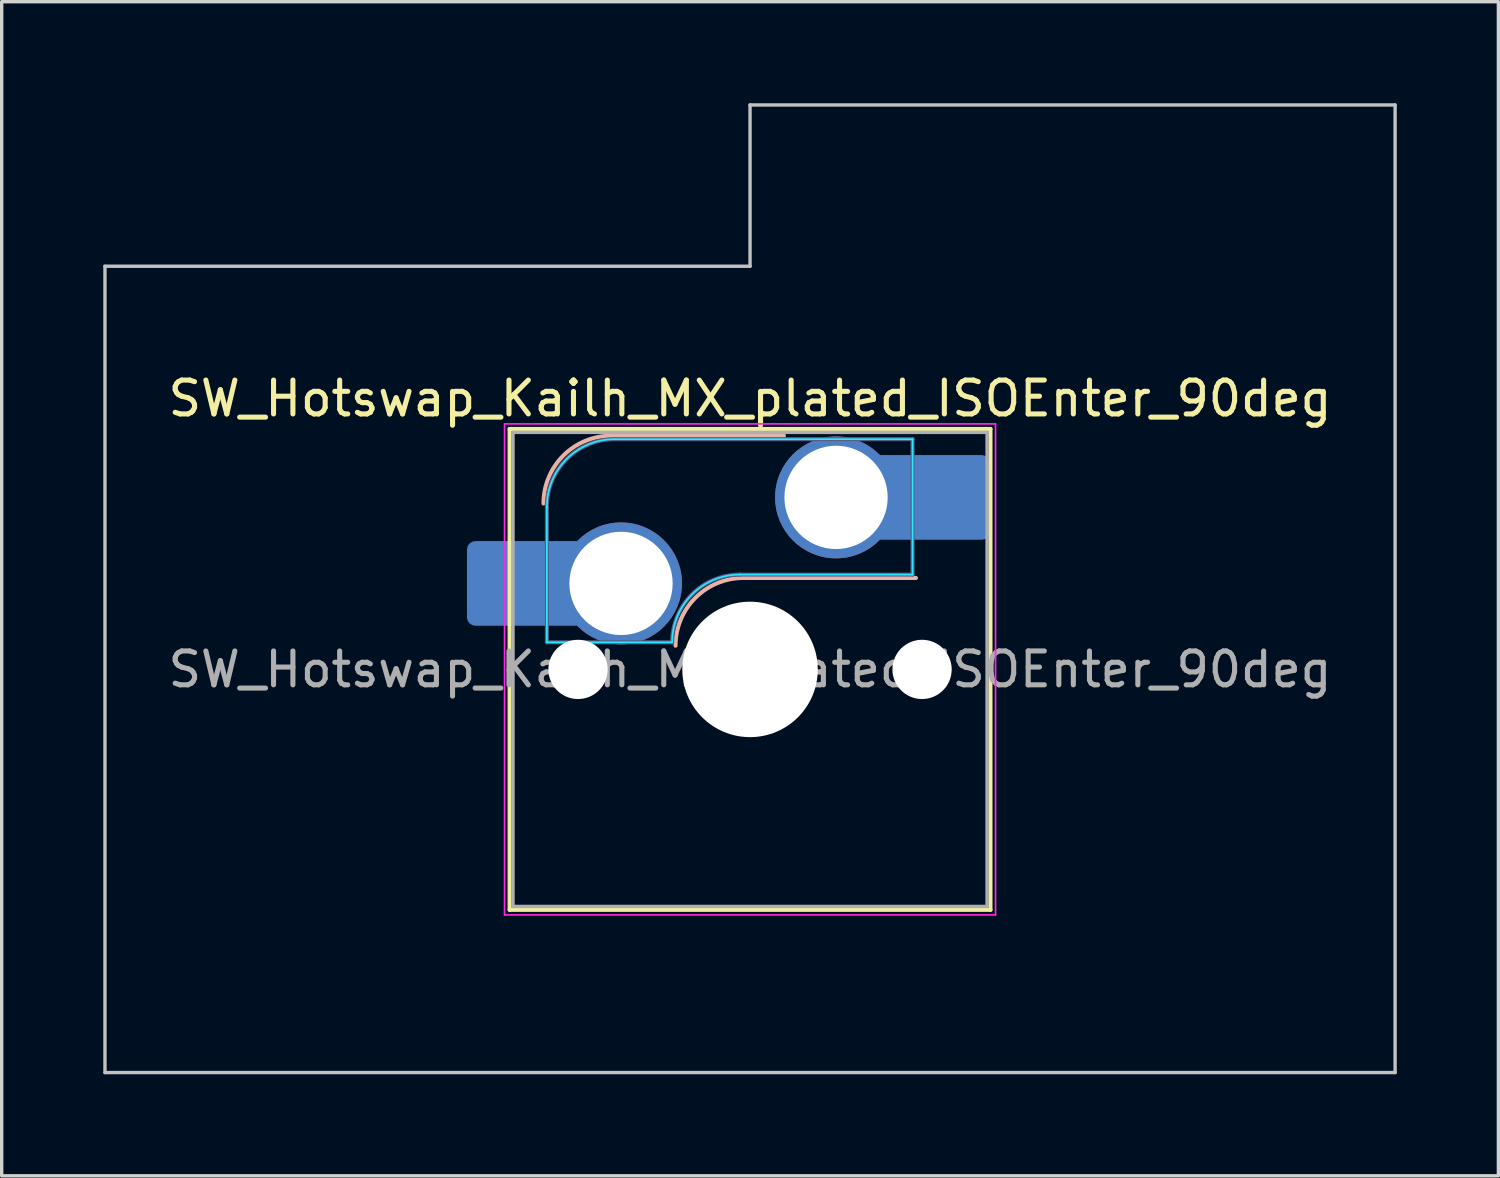
<source format=kicad_pcb>
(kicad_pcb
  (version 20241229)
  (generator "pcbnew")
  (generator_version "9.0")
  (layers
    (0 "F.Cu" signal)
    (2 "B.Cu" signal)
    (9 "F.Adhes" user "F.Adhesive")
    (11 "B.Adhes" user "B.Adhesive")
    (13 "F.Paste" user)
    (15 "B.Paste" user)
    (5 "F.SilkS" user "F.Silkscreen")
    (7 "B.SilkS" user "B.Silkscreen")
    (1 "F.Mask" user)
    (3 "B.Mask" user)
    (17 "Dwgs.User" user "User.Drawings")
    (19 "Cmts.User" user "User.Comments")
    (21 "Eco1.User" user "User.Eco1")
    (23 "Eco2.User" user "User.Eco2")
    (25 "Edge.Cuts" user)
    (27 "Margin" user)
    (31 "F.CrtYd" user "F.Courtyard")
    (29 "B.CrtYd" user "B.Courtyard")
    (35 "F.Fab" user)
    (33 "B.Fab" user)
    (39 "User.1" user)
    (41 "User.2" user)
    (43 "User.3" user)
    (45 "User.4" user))
  (footprint "SW_Hotswap_Kailh_MX_plated_ISOEnter_90deg"
    (layer "F.Cu")
    (at 19.1 16.719)
    (property "Reference" "SW_Hotswap_Kailh_MX_plated_ISOEnter_90deg" (at 0 -8 0) (layer "F.SilkS") (effects (font (size 1 1) (thickness 0.15))))
    (attr smd)
    (fp_line (start -7.1 -7.1) (end -7.1 7.1) (stroke (width 0.12) (type solid)) (layer "F.SilkS"))
    (fp_line (start -7.1 7.1) (end 7.1 7.1) (stroke (width 0.12) (type solid)) (layer "F.SilkS"))
    (fp_line (start 7.1 -7.1) (end -7.1 -7.1) (stroke (width 0.12) (type solid)) (layer "F.SilkS"))
    (fp_line (start 7.1 7.1) (end 7.1 -7.1) (stroke (width 0.12) (type solid)) (layer "F.SilkS"))
    (fp_line (start -4.1 -6.9) (end 1 -6.9) (stroke (width 0.12) (type solid)) (layer "B.SilkS"))
    (fp_line (start -0.2 -2.7) (end 4.9 -2.7) (stroke (width 0.12) (type solid)) (layer "B.SilkS"))
    (fp_arc (start -6.1 -4.9) (mid -5.514214 -6.314214) (end -4.1 -6.9) (stroke (width 0.12) (type solid)) (layer "B.SilkS"))
    (fp_arc (start -2.2 -0.7) (mid -1.614214 -2.114214) (end -0.2 -2.7) (stroke (width 0.12) (type solid)) (layer "B.SilkS"))
    (fp_line (start -19.05 -11.906) (end -19.05 11.906) (stroke (width 0.1) (type solid)) (layer "Dwgs.User"))
    (fp_line (start -19.05 11.906) (end 19.05 11.906) (stroke (width 0.1) (type solid)) (layer "Dwgs.User"))
    (fp_line (start 0 -16.669) (end 0 -11.906) (stroke (width 0.1) (type solid)) (layer "Dwgs.User"))
    (fp_line (start 0 -11.906) (end -19.05 -11.906) (stroke (width 0.1) (type solid)) (layer "Dwgs.User"))
    (fp_line (start 19.05 -16.669) (end 0 -16.669) (stroke (width 0.1) (type solid)) (layer "Dwgs.User"))
    (fp_line (start 19.05 11.906) (end 19.05 -16.669) (stroke (width 0.1) (type solid)) (layer "Dwgs.User"))
    (fp_line (start -7.8 -6) (end -7 -6) (stroke (width 0.1) (type solid)) (layer "Eco1.User"))
    (fp_line (start -7.8 -2.9) (end -7.8 -6) (stroke (width 0.1) (type solid)) (layer "Eco1.User"))
    (fp_line (start -7.8 2.9) (end -7 2.9) (stroke (width 0.1) (type solid)) (layer "Eco1.User"))
    (fp_line (start -7.8 6) (end -7.8 2.9) (stroke (width 0.1) (type solid)) (layer "Eco1.User"))
    (fp_line (start -7 -7) (end 7 -7) (stroke (width 0.1) (type solid)) (layer "Eco1.User"))
    (fp_line (start -7 -6) (end -7 -7) (stroke (width 0.1) (type solid)) (layer "Eco1.User"))
    (fp_line (start -7 -2.9) (end -7.8 -2.9) (stroke (width 0.1) (type solid)) (layer "Eco1.User"))
    (fp_line (start -7 2.9) (end -7 -2.9) (stroke (width 0.1) (type solid)) (layer "Eco1.User"))
    (fp_line (start -7 6) (end -7.8 6) (stroke (width 0.1) (type solid)) (layer "Eco1.User"))
    (fp_line (start -7 7) (end -7 6) (stroke (width 0.1) (type solid)) (layer "Eco1.User"))
    (fp_line (start 7 -7) (end 7 -6) (stroke (width 0.1) (type solid)) (layer "Eco1.User"))
    (fp_line (start 7 -6) (end 7.8 -6) (stroke (width 0.1) (type solid)) (layer "Eco1.User"))
    (fp_line (start 7 -2.9) (end 7 2.9) (stroke (width 0.1) (type solid)) (layer "Eco1.User"))
    (fp_line (start 7 2.9) (end 7.8 2.9) (stroke (width 0.1) (type solid)) (layer "Eco1.User"))
    (fp_line (start 7 6) (end 7 7) (stroke (width 0.1) (type solid)) (layer "Eco1.User"))
    (fp_line (start 7 7) (end -7 7) (stroke (width 0.1) (type solid)) (layer "Eco1.User"))
    (fp_line (start 7.8 -6) (end 7.8 -2.9) (stroke (width 0.1) (type solid)) (layer "Eco1.User"))
    (fp_line (start 7.8 -2.9) (end 7 -2.9) (stroke (width 0.1) (type solid)) (layer "Eco1.User"))
    (fp_line (start 7.8 2.9) (end 7.8 6) (stroke (width 0.1) (type solid)) (layer "Eco1.User"))
    (fp_line (start 7.8 6) (end 7 6) (stroke (width 0.1) (type solid)) (layer "Eco1.User"))
    (fp_line (start -6 -0.8) (end -6 -4.8) (stroke (width 0.05) (type solid)) (layer "B.CrtYd"))
    (fp_line (start -6 -0.8) (end -2.3 -0.8) (stroke (width 0.05) (type solid)) (layer "B.CrtYd"))
    (fp_line (start -4 -6.8) (end 4.8 -6.8) (stroke (width 0.05) (type solid)) (layer "B.CrtYd"))
    (fp_line (start -0.3 -2.8) (end 4.8 -2.8) (stroke (width 0.05) (type solid)) (layer "B.CrtYd"))
    (fp_line (start 4.8 -6.8) (end 4.8 -2.8) (stroke (width 0.05) (type solid)) (layer "B.CrtYd"))
    (fp_arc (start -6 -4.8) (mid -5.414214 -6.214214) (end -4 -6.8) (stroke (width 0.05) (type solid)) (layer "B.CrtYd"))
    (fp_arc (start -2.3 -0.8) (mid -1.714214 -2.214214) (end -0.3 -2.8) (stroke (width 0.05) (type solid)) (layer "B.CrtYd"))
    (fp_line (start -7.25 -7.25) (end -7.25 7.25) (stroke (width 0.05) (type solid)) (layer "F.CrtYd"))
    (fp_line (start -7.25 7.25) (end 7.25 7.25) (stroke (width 0.05) (type solid)) (layer "F.CrtYd"))
    (fp_line (start 7.25 -7.25) (end -7.25 -7.25) (stroke (width 0.05) (type solid)) (layer "F.CrtYd"))
    (fp_line (start 7.25 7.25) (end 7.25 -7.25) (stroke (width 0.05) (type solid)) (layer "F.CrtYd"))
    (fp_line (start -6 -0.8) (end -6 -4.8) (stroke (width 0.12) (type solid)) (layer "B.Fab"))
    (fp_line (start -6 -0.8) (end -2.3 -0.8) (stroke (width 0.12) (type solid)) (layer "B.Fab"))
    (fp_line (start -4 -6.8) (end 4.8 -6.8) (stroke (width 0.12) (type solid)) (layer "B.Fab"))
    (fp_line (start -0.3 -2.8) (end 4.8 -2.8) (stroke (width 0.12) (type solid)) (layer "B.Fab"))
    (fp_line (start 4.8 -6.8) (end 4.8 -2.8) (stroke (width 0.12) (type solid)) (layer "B.Fab"))
    (fp_arc (start -6 -4.8) (mid -5.414214 -6.214214) (end -4 -6.8) (stroke (width 0.12) (type solid)) (layer "B.Fab"))
    (fp_arc (start -2.3 -0.8) (mid -1.714214 -2.214214) (end -0.3 -2.8) (stroke (width 0.12) (type solid)) (layer "B.Fab"))
    (fp_line (start -7 -7) (end -7 7) (stroke (width 0.1) (type solid)) (layer "F.Fab"))
    (fp_line (start -7 7) (end 7 7) (stroke (width 0.1) (type solid)) (layer "F.Fab"))
    (fp_line (start 7 -7) (end -7 -7) (stroke (width 0.1) (type solid)) (layer "F.Fab"))
    (fp_line (start 7 7) (end 7 -7) (stroke (width 0.1) (type solid)) (layer "F.Fab"))
    (fp_text user "${REFERENCE}" (at 0 0 0) (layer "F.Fab") (effects (font (size 1 1) (thickness 0.15))))
    (pad "" smd roundrect (at -7.085 -2.54) (size 2.55 2.5) (layers "B.Mask" "B.Paste") (roundrect_rratio 0.1))
    (pad "" np_thru_hole circle (at -5.08 0) (size 1.75 1.75) (drill 1.75) (layers "*.Cu" "*.Mask"))
    (pad "" smd circle (at -3.81 -2.54) (size 3.1 3.1) (layers "F.Mask"))
    (pad "" np_thru_hole circle (at 0 0) (size 4 4) (drill 4) (layers "*.Cu" "*.Mask"))
    (pad "" smd circle (at 2.54 -5.08) (size 3.1 3.1) (layers "F.Mask"))
    (pad "" np_thru_hole circle (at 5.08 0) (size 1.75 1.75) (drill 1.75) (layers "*.Cu" "*.Mask"))
    (pad "" smd roundrect (at 5.842 -5.08) (size 2.55 2.5) (layers "B.Mask" "B.Paste") (roundrect_rratio 0.1))
    (pad "1" smd roundrect (at -6.585 -2.54) (size 3.55 2.5) (layers "B.Cu") (roundrect_rratio 0.1))
    (pad "1" thru_hole circle (at -3.81 -2.54) (size 3.6 3.6) (drill 3.05) (layers "*.Cu" "B.Mask"))
    (pad "2" thru_hole circle (at 2.54 -5.08) (size 3.6 3.6) (drill 3.05) (layers "*.Cu" "B.Mask"))
    (pad "2" smd roundrect (at 5.32 -5.08) (size 3.55 2.5) (layers "B.Cu") (roundrect_rratio 0.1)))
  (gr_rect
    (start -3 -3)
    (end 41.2 31.675)
    (stroke (width 0.1) (type default))
    (fill no)
    (layer "Edge.Cuts")))
</source>
